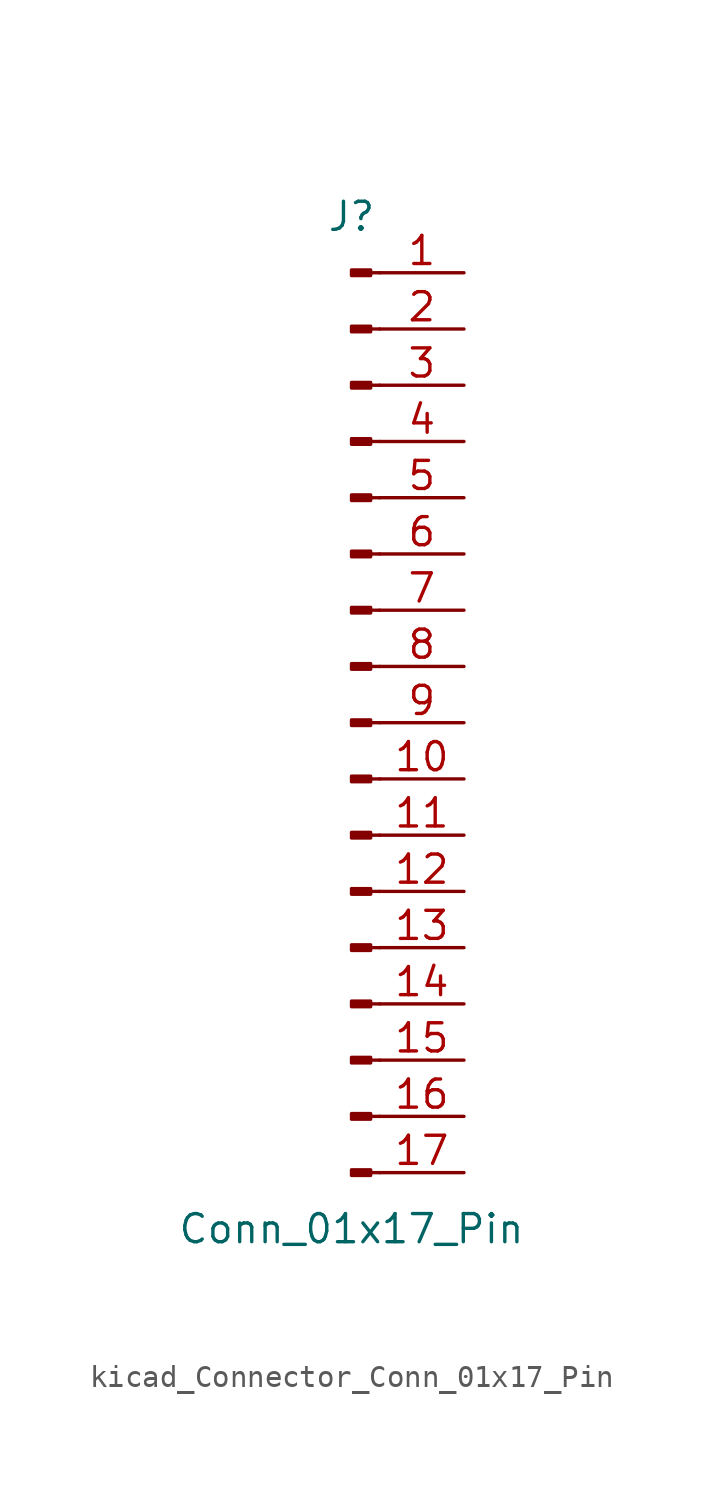
<source format=kicad_sym>
(kicad_symbol_lib
  (version 20220914)
  (generator kicad_symbol_editor)
  (symbol "kicad_Connector_Conn_01x17_Pin"
    (pin_names
      (offset 1.016) hide)
    (property "Reference" "J"
      (at 0 22.86 0)
      (effects (font (size 1.27 1.27))))
    (property "Value" "Conn_01x17_Pin"
      (at 0 -22.86 0)
      (effects (font (size 1.27 1.27))))
    (property "ki_locked" ""
      (at 0 0 0)
      (effects (font (size 1.27 1.27))))
    (symbol "kicad_Connector_Conn_01x17_Pin_1_1"
      (polyline (pts (xy 1.27 -20.32) (xy 0.864 -20.32)) (stroke (width 0.152) (type default)) (fill (type none)))
      (polyline (pts (xy 1.27 -17.78) (xy 0.864 -17.78)) (stroke (width 0.152) (type default)) (fill (type none)))
      (polyline (pts (xy 1.27 -15.24) (xy 0.864 -15.24)) (stroke (width 0.152) (type default)) (fill (type none)))
      (polyline (pts (xy 1.27 -12.7) (xy 0.864 -12.7)) (stroke (width 0.152) (type default)) (fill (type none)))
      (polyline (pts (xy 1.27 -10.16) (xy 0.864 -10.16)) (stroke (width 0.152) (type default)) (fill (type none)))
      (polyline (pts (xy 1.27 -7.62) (xy 0.864 -7.62)) (stroke (width 0.152) (type default)) (fill (type none)))
      (polyline (pts (xy 1.27 -5.08) (xy 0.864 -5.08)) (stroke (width 0.152) (type default)) (fill (type none)))
      (polyline (pts (xy 1.27 -2.54) (xy 0.864 -2.54)) (stroke (width 0.152) (type default)) (fill (type none)))
      (polyline (pts (xy 1.27 0) (xy 0.864 0)) (stroke (width 0.152) (type default)) (fill (type none)))
      (polyline (pts (xy 1.27 2.54) (xy 0.864 2.54)) (stroke (width 0.152) (type default)) (fill (type none)))
      (polyline (pts (xy 1.27 5.08) (xy 0.864 5.08)) (stroke (width 0.152) (type default)) (fill (type none)))
      (polyline (pts (xy 1.27 7.62) (xy 0.864 7.62)) (stroke (width 0.152) (type default)) (fill (type none)))
      (polyline (pts (xy 1.27 10.16) (xy 0.864 10.16)) (stroke (width 0.152) (type default)) (fill (type none)))
      (polyline (pts (xy 1.27 12.7) (xy 0.864 12.7)) (stroke (width 0.152) (type default)) (fill (type none)))
      (polyline (pts (xy 1.27 15.24) (xy 0.864 15.24)) (stroke (width 0.152) (type default)) (fill (type none)))
      (polyline (pts (xy 1.27 17.78) (xy 0.864 17.78)) (stroke (width 0.152) (type default)) (fill (type none)))
      (polyline (pts (xy 1.27 20.32) (xy 0.864 20.32)) (stroke (width 0.152) (type default)) (fill (type none)))
      (rectangle (start 0.864 -20.193) (end 0 -20.447) (stroke (width 0.152) (type default)) (fill (type outline)))
      (rectangle (start 0.864 -17.653) (end 0 -17.907) (stroke (width 0.152) (type default)) (fill (type outline)))
      (rectangle (start 0.864 -15.113) (end 0 -15.367) (stroke (width 0.152) (type default)) (fill (type outline)))
      (rectangle (start 0.864 -12.573) (end 0 -12.827) (stroke (width 0.152) (type default)) (fill (type outline)))
      (rectangle (start 0.864 -10.033) (end 0 -10.287) (stroke (width 0.152) (type default)) (fill (type outline)))
      (rectangle (start 0.864 -7.493) (end 0 -7.747) (stroke (width 0.152) (type default)) (fill (type outline)))
      (rectangle (start 0.864 -4.953) (end 0 -5.207) (stroke (width 0.152) (type default)) (fill (type outline)))
      (rectangle (start 0.864 -2.413) (end 0 -2.667) (stroke (width 0.152) (type default)) (fill (type outline)))
      (rectangle (start 0.864 0.127) (end 0 -0.127) (stroke (width 0.152) (type default)) (fill (type outline)))
      (rectangle (start 0.864 2.667) (end 0 2.413) (stroke (width 0.152) (type default)) (fill (type outline)))
      (rectangle (start 0.864 5.207) (end 0 4.953) (stroke (width 0.152) (type default)) (fill (type outline)))
      (rectangle (start 0.864 7.747) (end 0 7.493) (stroke (width 0.152) (type default)) (fill (type outline)))
      (rectangle (start 0.864 10.287) (end 0 10.033) (stroke (width 0.152) (type default)) (fill (type outline)))
      (rectangle (start 0.864 12.827) (end 0 12.573) (stroke (width 0.152) (type default)) (fill (type outline)))
      (rectangle (start 0.864 15.367) (end 0 15.113) (stroke (width 0.152) (type default)) (fill (type outline)))
      (rectangle (start 0.864 17.907) (end 0 17.653) (stroke (width 0.152) (type default)) (fill (type outline)))
      (rectangle (start 0.864 20.447) (end 0 20.193) (stroke (width 0.152) (type default)) (fill (type outline)))
      (pin passive line (at 5.08 20.32 180) (length 3.81) (name "Pin_1" (effects (font (size 1.27 1.27)))) (number "1" (effects (font (size 1.27 1.27)))))
      (pin passive line (at 5.08 -2.54 180) (length 3.81) (name "Pin_10" (effects (font (size 1.27 1.27)))) (number "10" (effects (font (size 1.27 1.27)))))
      (pin passive line (at 5.08 -5.08 180) (length 3.81) (name "Pin_11" (effects (font (size 1.27 1.27)))) (number "11" (effects (font (size 1.27 1.27)))))
      (pin passive line (at 5.08 -7.62 180) (length 3.81) (name "Pin_12" (effects (font (size 1.27 1.27)))) (number "12" (effects (font (size 1.27 1.27)))))
      (pin passive line (at 5.08 -10.16 180) (length 3.81) (name "Pin_13" (effects (font (size 1.27 1.27)))) (number "13" (effects (font (size 1.27 1.27)))))
      (pin passive line (at 5.08 -12.7 180) (length 3.81) (name "Pin_14" (effects (font (size 1.27 1.27)))) (number "14" (effects (font (size 1.27 1.27)))))
      (pin passive line (at 5.08 -15.24 180) (length 3.81) (name "Pin_15" (effects (font (size 1.27 1.27)))) (number "15" (effects (font (size 1.27 1.27)))))
      (pin passive line (at 5.08 -17.78 180) (length 3.81) (name "Pin_16" (effects (font (size 1.27 1.27)))) (number "16" (effects (font (size 1.27 1.27)))))
      (pin passive line (at 5.08 -20.32 180) (length 3.81) (name "Pin_17" (effects (font (size 1.27 1.27)))) (number "17" (effects (font (size 1.27 1.27)))))
      (pin passive line (at 5.08 17.78 180) (length 3.81) (name "Pin_2" (effects (font (size 1.27 1.27)))) (number "2" (effects (font (size 1.27 1.27)))))
      (pin passive line (at 5.08 15.24 180) (length 3.81) (name "Pin_3" (effects (font (size 1.27 1.27)))) (number "3" (effects (font (size 1.27 1.27)))))
      (pin passive line (at 5.08 12.7 180) (length 3.81) (name "Pin_4" (effects (font (size 1.27 1.27)))) (number "4" (effects (font (size 1.27 1.27)))))
      (pin passive line (at 5.08 10.16 180) (length 3.81) (name "Pin_5" (effects (font (size 1.27 1.27)))) (number "5" (effects (font (size 1.27 1.27)))))
      (pin passive line (at 5.08 7.62 180) (length 3.81) (name "Pin_6" (effects (font (size 1.27 1.27)))) (number "6" (effects (font (size 1.27 1.27)))))
      (pin passive line (at 5.08 5.08 180) (length 3.81) (name "Pin_7" (effects (font (size 1.27 1.27)))) (number "7" (effects (font (size 1.27 1.27)))))
      (pin passive line (at 5.08 2.54 180) (length 3.81) (name "Pin_8" (effects (font (size 1.27 1.27)))) (number "8" (effects (font (size 1.27 1.27)))))
      (pin passive line (at 5.08 0 180) (length 3.81) (name "Pin_9" (effects (font (size 1.27 1.27)))) (number "9" (effects (font (size 1.27 1.27))))))))
</source>
